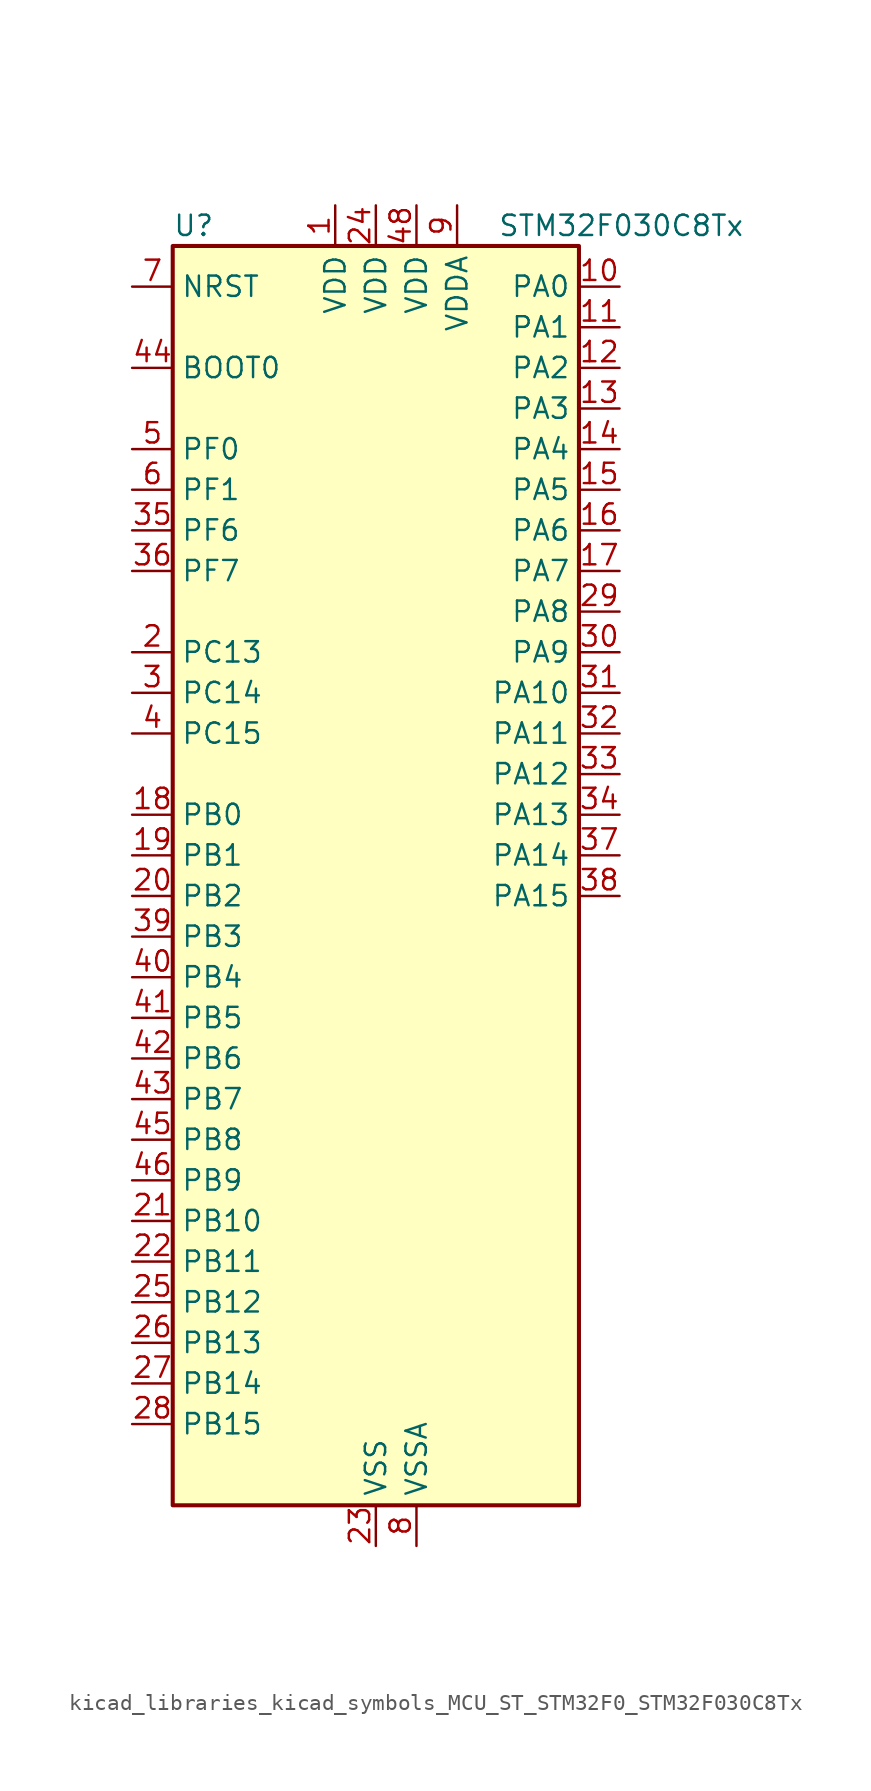
<source format=kicad_sym>
(kicad_symbol_lib
  (version 20220914)
  (generator kicad_symbol_editor)
  (symbol "kicad_libraries_kicad_symbols_MCU_ST_STM32F0_STM32F030C8Tx"
    (property "Reference" "U"
      (at -12.7 41.91 0)
      (effects (font (size 1.27 1.27)) (justify left)))
    (property "Value" "STM32F030C8Tx"
      (at 7.62 41.91 0)
      (effects (font (size 1.27 1.27)) (justify left)))
    (property "ki_locked" ""
      (at 0 0 0)
      (effects (font (size 1.27 1.27))))
    (symbol "kicad_libraries_kicad_symbols_MCU_ST_STM32F0_STM32F030C8Tx_0_1"
      (rectangle (start -12.7 -38.1) (end 12.7 40.64) (stroke (width 0.254) (type default)) (fill (type background))))
    (symbol "kicad_libraries_kicad_symbols_MCU_ST_STM32F0_STM32F030C8Tx_1_1"
      (pin power_in line (at -2.54 43.18 270) (length 2.54) (name "VDD" (effects (font (size 1.27 1.27)))) (number "1" (effects (font (size 1.27 1.27)))))
      (pin bidirectional line (at 15.24 38.1 180) (length 2.54) (name "PA0" (effects (font (size 1.27 1.27)))) (number "10" (effects (font (size 1.27 1.27)))) (alternate "ADC_IN0" bidirectional line) (alternate "RTC_TAMP2" bidirectional line) (alternate "SYS_WKUP1" bidirectional line) (alternate "USART2_CTS" bidirectional line))
      (pin bidirectional line (at 15.24 35.56 180) (length 2.54) (name "PA1" (effects (font (size 1.27 1.27)))) (number "11" (effects (font (size 1.27 1.27)))) (alternate "ADC_IN1" bidirectional line) (alternate "USART2_DE" bidirectional line) (alternate "USART2_RTS" bidirectional line))
      (pin bidirectional line (at 15.24 33.02 180) (length 2.54) (name "PA2" (effects (font (size 1.27 1.27)))) (number "12" (effects (font (size 1.27 1.27)))) (alternate "ADC_IN2" bidirectional line) (alternate "TIM15_CH1" bidirectional line) (alternate "USART2_TX" bidirectional line))
      (pin bidirectional line (at 15.24 30.48 180) (length 2.54) (name "PA3" (effects (font (size 1.27 1.27)))) (number "13" (effects (font (size 1.27 1.27)))) (alternate "ADC_IN3" bidirectional line) (alternate "TIM15_CH2" bidirectional line) (alternate "USART2_RX" bidirectional line))
      (pin bidirectional line (at 15.24 27.94 180) (length 2.54) (name "PA4" (effects (font (size 1.27 1.27)))) (number "14" (effects (font (size 1.27 1.27)))) (alternate "ADC_IN4" bidirectional line) (alternate "SPI1_NSS" bidirectional line) (alternate "TIM14_CH1" bidirectional line) (alternate "USART2_CK" bidirectional line))
      (pin bidirectional line (at 15.24 25.4 180) (length 2.54) (name "PA5" (effects (font (size 1.27 1.27)))) (number "15" (effects (font (size 1.27 1.27)))) (alternate "ADC_IN5" bidirectional line) (alternate "SPI1_SCK" bidirectional line))
      (pin bidirectional line (at 15.24 22.86 180) (length 2.54) (name "PA6" (effects (font (size 1.27 1.27)))) (number "16" (effects (font (size 1.27 1.27)))) (alternate "ADC_IN6" bidirectional line) (alternate "SPI1_MISO" bidirectional line) (alternate "TIM16_CH1" bidirectional line) (alternate "TIM1_BKIN" bidirectional line) (alternate "TIM3_CH1" bidirectional line))
      (pin bidirectional line (at 15.24 20.32 180) (length 2.54) (name "PA7" (effects (font (size 1.27 1.27)))) (number "17" (effects (font (size 1.27 1.27)))) (alternate "ADC_IN7" bidirectional line) (alternate "SPI1_MOSI" bidirectional line) (alternate "TIM14_CH1" bidirectional line) (alternate "TIM17_CH1" bidirectional line) (alternate "TIM1_CH1N" bidirectional line) (alternate "TIM3_CH2" bidirectional line))
      (pin bidirectional line (at -15.24 5.08 0) (length 2.54) (name "PB0" (effects (font (size 1.27 1.27)))) (number "18" (effects (font (size 1.27 1.27)))) (alternate "ADC_IN8" bidirectional line) (alternate "TIM1_CH2N" bidirectional line) (alternate "TIM3_CH3" bidirectional line))
      (pin bidirectional line (at -15.24 2.54 0) (length 2.54) (name "PB1" (effects (font (size 1.27 1.27)))) (number "19" (effects (font (size 1.27 1.27)))) (alternate "ADC_IN9" bidirectional line) (alternate "TIM14_CH1" bidirectional line) (alternate "TIM1_CH3N" bidirectional line) (alternate "TIM3_CH4" bidirectional line))
      (pin bidirectional line (at -15.24 15.24 0) (length 2.54) (name "PC13" (effects (font (size 1.27 1.27)))) (number "2" (effects (font (size 1.27 1.27)))) (alternate "RTC_OUT_ALARM" bidirectional line) (alternate "RTC_OUT_CALIB" bidirectional line) (alternate "RTC_TAMP1" bidirectional line) (alternate "RTC_TS" bidirectional line) (alternate "SYS_WKUP2" bidirectional line))
      (pin bidirectional line (at -15.24 0 0) (length 2.54) (name "PB2" (effects (font (size 1.27 1.27)))) (number "20" (effects (font (size 1.27 1.27)))))
      (pin bidirectional line (at -15.24 -20.32 0) (length 2.54) (name "PB10" (effects (font (size 1.27 1.27)))) (number "21" (effects (font (size 1.27 1.27)))) (alternate "I2C2_SCL" bidirectional line))
      (pin bidirectional line (at -15.24 -22.86 0) (length 2.54) (name "PB11" (effects (font (size 1.27 1.27)))) (number "22" (effects (font (size 1.27 1.27)))) (alternate "I2C2_SDA" bidirectional line))
      (pin power_in line (at 0 -40.64 90) (length 2.54) (name "VSS" (effects (font (size 1.27 1.27)))) (number "23" (effects (font (size 1.27 1.27)))))
      (pin power_in line (at 0 43.18 270) (length 2.54) (name "VDD" (effects (font (size 1.27 1.27)))) (number "24" (effects (font (size 1.27 1.27)))))
      (pin bidirectional line (at -15.24 -25.4 0) (length 2.54) (name "PB12" (effects (font (size 1.27 1.27)))) (number "25" (effects (font (size 1.27 1.27)))) (alternate "SPI2_NSS" bidirectional line) (alternate "TIM1_BKIN" bidirectional line))
      (pin bidirectional line (at -15.24 -27.94 0) (length 2.54) (name "PB13" (effects (font (size 1.27 1.27)))) (number "26" (effects (font (size 1.27 1.27)))) (alternate "SPI2_SCK" bidirectional line) (alternate "TIM1_CH1N" bidirectional line))
      (pin bidirectional line (at -15.24 -30.48 0) (length 2.54) (name "PB14" (effects (font (size 1.27 1.27)))) (number "27" (effects (font (size 1.27 1.27)))) (alternate "SPI2_MISO" bidirectional line) (alternate "TIM15_CH1" bidirectional line) (alternate "TIM1_CH2N" bidirectional line))
      (pin bidirectional line (at -15.24 -33.02 0) (length 2.54) (name "PB15" (effects (font (size 1.27 1.27)))) (number "28" (effects (font (size 1.27 1.27)))) (alternate "RTC_REFIN" bidirectional line) (alternate "SPI2_MOSI" bidirectional line) (alternate "TIM15_CH1N" bidirectional line) (alternate "TIM15_CH2" bidirectional line) (alternate "TIM1_CH3N" bidirectional line))
      (pin bidirectional line (at 15.24 17.78 180) (length 2.54) (name "PA8" (effects (font (size 1.27 1.27)))) (number "29" (effects (font (size 1.27 1.27)))) (alternate "RCC_MCO" bidirectional line) (alternate "TIM1_CH1" bidirectional line) (alternate "USART1_CK" bidirectional line))
      (pin bidirectional line (at -15.24 12.7 0) (length 2.54) (name "PC14" (effects (font (size 1.27 1.27)))) (number "3" (effects (font (size 1.27 1.27)))) (alternate "RCC_OSC32_IN" bidirectional line))
      (pin bidirectional line (at 15.24 15.24 180) (length 2.54) (name "PA9" (effects (font (size 1.27 1.27)))) (number "30" (effects (font (size 1.27 1.27)))) (alternate "TIM15_BKIN" bidirectional line) (alternate "TIM1_CH2" bidirectional line) (alternate "USART1_TX" bidirectional line))
      (pin bidirectional line (at 15.24 12.7 180) (length 2.54) (name "PA10" (effects (font (size 1.27 1.27)))) (number "31" (effects (font (size 1.27 1.27)))) (alternate "TIM17_BKIN" bidirectional line) (alternate "TIM1_CH3" bidirectional line) (alternate "USART1_RX" bidirectional line))
      (pin bidirectional line (at 15.24 10.16 180) (length 2.54) (name "PA11" (effects (font (size 1.27 1.27)))) (number "32" (effects (font (size 1.27 1.27)))) (alternate "TIM1_CH4" bidirectional line) (alternate "USART1_CTS" bidirectional line))
      (pin bidirectional line (at 15.24 7.62 180) (length 2.54) (name "PA12" (effects (font (size 1.27 1.27)))) (number "33" (effects (font (size 1.27 1.27)))) (alternate "TIM1_ETR" bidirectional line) (alternate "USART1_DE" bidirectional line) (alternate "USART1_RTS" bidirectional line))
      (pin bidirectional line (at 15.24 5.08 180) (length 2.54) (name "PA13" (effects (font (size 1.27 1.27)))) (number "34" (effects (font (size 1.27 1.27)))) (alternate "IR_OUT" bidirectional line) (alternate "SYS_SWDIO" bidirectional line))
      (pin bidirectional line (at -15.24 22.86 0) (length 2.54) (name "PF6" (effects (font (size 1.27 1.27)))) (number "35" (effects (font (size 1.27 1.27)))) (alternate "I2C2_SCL" bidirectional line))
      (pin bidirectional line (at -15.24 20.32 0) (length 2.54) (name "PF7" (effects (font (size 1.27 1.27)))) (number "36" (effects (font (size 1.27 1.27)))) (alternate "I2C2_SDA" bidirectional line))
      (pin bidirectional line (at 15.24 2.54 180) (length 2.54) (name "PA14" (effects (font (size 1.27 1.27)))) (number "37" (effects (font (size 1.27 1.27)))) (alternate "SYS_SWCLK" bidirectional line) (alternate "USART2_TX" bidirectional line))
      (pin bidirectional line (at 15.24 0 180) (length 2.54) (name "PA15" (effects (font (size 1.27 1.27)))) (number "38" (effects (font (size 1.27 1.27)))) (alternate "SPI1_NSS" bidirectional line) (alternate "USART2_RX" bidirectional line))
      (pin bidirectional line (at -15.24 -2.54 0) (length 2.54) (name "PB3" (effects (font (size 1.27 1.27)))) (number "39" (effects (font (size 1.27 1.27)))) (alternate "SPI1_SCK" bidirectional line))
      (pin bidirectional line (at -15.24 10.16 0) (length 2.54) (name "PC15" (effects (font (size 1.27 1.27)))) (number "4" (effects (font (size 1.27 1.27)))) (alternate "RCC_OSC32_OUT" bidirectional line))
      (pin bidirectional line (at -15.24 -5.08 0) (length 2.54) (name "PB4" (effects (font (size 1.27 1.27)))) (number "40" (effects (font (size 1.27 1.27)))) (alternate "SPI1_MISO" bidirectional line) (alternate "TIM3_CH1" bidirectional line))
      (pin bidirectional line (at -15.24 -7.62 0) (length 2.54) (name "PB5" (effects (font (size 1.27 1.27)))) (number "41" (effects (font (size 1.27 1.27)))) (alternate "I2C1_SMBA" bidirectional line) (alternate "SPI1_MOSI" bidirectional line) (alternate "TIM16_BKIN" bidirectional line) (alternate "TIM3_CH2" bidirectional line))
      (pin bidirectional line (at -15.24 -10.16 0) (length 2.54) (name "PB6" (effects (font (size 1.27 1.27)))) (number "42" (effects (font (size 1.27 1.27)))) (alternate "I2C1_SCL" bidirectional line) (alternate "TIM16_CH1N" bidirectional line) (alternate "USART1_TX" bidirectional line))
      (pin bidirectional line (at -15.24 -12.7 0) (length 2.54) (name "PB7" (effects (font (size 1.27 1.27)))) (number "43" (effects (font (size 1.27 1.27)))) (alternate "I2C1_SDA" bidirectional line) (alternate "TIM17_CH1N" bidirectional line) (alternate "USART1_RX" bidirectional line))
      (pin input line (at -15.24 33.02 0) (length 2.54) (name "BOOT0" (effects (font (size 1.27 1.27)))) (number "44" (effects (font (size 1.27 1.27)))))
      (pin bidirectional line (at -15.24 -15.24 0) (length 2.54) (name "PB8" (effects (font (size 1.27 1.27)))) (number "45" (effects (font (size 1.27 1.27)))) (alternate "I2C1_SCL" bidirectional line) (alternate "TIM16_CH1" bidirectional line))
      (pin bidirectional line (at -15.24 -17.78 0) (length 2.54) (name "PB9" (effects (font (size 1.27 1.27)))) (number "46" (effects (font (size 1.27 1.27)))) (alternate "I2C1_SDA" bidirectional line) (alternate "IR_OUT" bidirectional line) (alternate "TIM17_CH1" bidirectional line))
      (pin passive line (at 0 -40.64 90) (length 2.54) hide (name "VSS" (effects (font (size 1.27 1.27)))) (number "47" (effects (font (size 1.27 1.27)))))
      (pin power_in line (at 2.54 43.18 270) (length 2.54) (name "VDD" (effects (font (size 1.27 1.27)))) (number "48" (effects (font (size 1.27 1.27)))))
      (pin bidirectional line (at -15.24 27.94 0) (length 2.54) (name "PF0" (effects (font (size 1.27 1.27)))) (number "5" (effects (font (size 1.27 1.27)))) (alternate "RCC_OSC_IN" bidirectional line))
      (pin bidirectional line (at -15.24 25.4 0) (length 2.54) (name "PF1" (effects (font (size 1.27 1.27)))) (number "6" (effects (font (size 1.27 1.27)))) (alternate "RCC_OSC_OUT" bidirectional line))
      (pin input line (at -15.24 38.1 0) (length 2.54) (name "NRST" (effects (font (size 1.27 1.27)))) (number "7" (effects (font (size 1.27 1.27)))))
      (pin power_in line (at 2.54 -40.64 90) (length 2.54) (name "VSSA" (effects (font (size 1.27 1.27)))) (number "8" (effects (font (size 1.27 1.27)))))
      (pin power_in line (at 5.08 43.18 270) (length 2.54) (name "VDDA" (effects (font (size 1.27 1.27)))) (number "9" (effects (font (size 1.27 1.27))))))))
</source>
